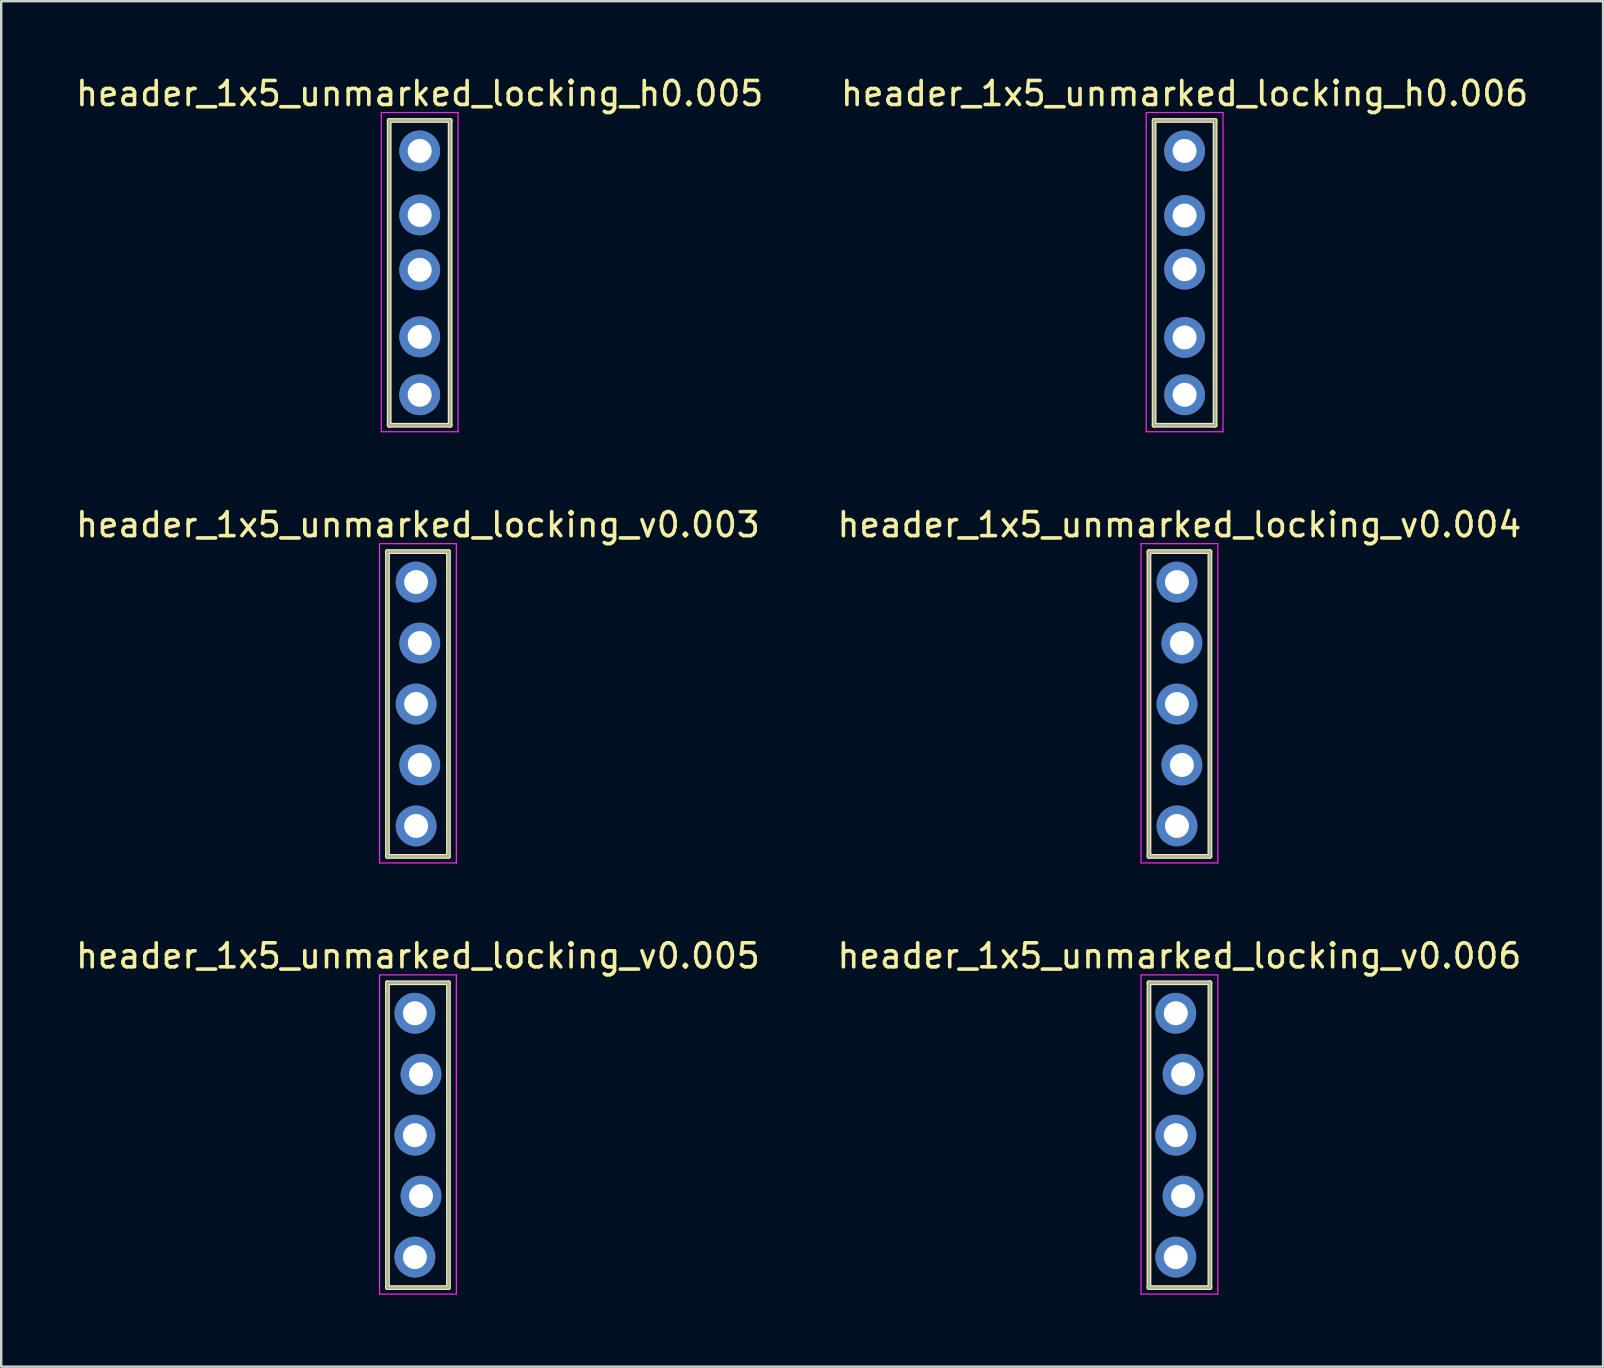
<source format=kicad_pcb>
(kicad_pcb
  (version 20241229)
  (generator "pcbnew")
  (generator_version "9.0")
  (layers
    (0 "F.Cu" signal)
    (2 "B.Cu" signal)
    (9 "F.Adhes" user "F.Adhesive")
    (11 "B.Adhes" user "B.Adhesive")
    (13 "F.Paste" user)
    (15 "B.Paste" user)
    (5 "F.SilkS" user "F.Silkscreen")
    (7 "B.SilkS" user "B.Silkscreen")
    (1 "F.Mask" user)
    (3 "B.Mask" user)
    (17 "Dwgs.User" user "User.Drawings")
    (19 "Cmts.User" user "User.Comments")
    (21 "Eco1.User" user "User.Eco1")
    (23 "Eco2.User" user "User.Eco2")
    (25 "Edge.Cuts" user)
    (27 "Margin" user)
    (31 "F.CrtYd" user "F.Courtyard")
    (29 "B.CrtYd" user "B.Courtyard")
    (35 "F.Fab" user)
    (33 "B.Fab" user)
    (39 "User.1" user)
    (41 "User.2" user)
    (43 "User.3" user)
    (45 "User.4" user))
  (footprint "header_1x5_unmarked_locking_v0.006"
    (layer "F.Cu")
    (at 46.089 39.165)
    (property "Reference" "header_1x5_unmarked_locking_v0.006" (at 0 -2.39 0) (layer "F.SilkS") (effects (font (size 1 1) (thickness 0.15))))
    (attr through_hole)
    (fp_line (start -1.27 -1.27) (end 1.27 -1.27) (stroke (width 0.2) (type solid)) (layer "F.SilkS"))
    (fp_line (start -1.27 11.43) (end -1.27 -1.27) (stroke (width 0.2) (type solid)) (layer "F.SilkS"))
    (fp_line (start 1.27 -1.27) (end 1.27 11.43) (stroke (width 0.2) (type solid)) (layer "F.SilkS"))
    (fp_line (start 1.27 11.43) (end -1.27 11.43) (stroke (width 0.2) (type solid)) (layer "F.SilkS"))
    (fp_line (start -1.6 -1.6) (end -1.6 11.7) (stroke (width 0.05) (type solid)) (layer "F.CrtYd"))
    (fp_line (start -1.6 11.7) (end 1.6 11.7) (stroke (width 0.05) (type solid)) (layer "F.CrtYd"))
    (fp_line (start 1.6 -1.6) (end -1.6 -1.6) (stroke (width 0.05) (type solid)) (layer "F.CrtYd"))
    (fp_line (start 1.6 11.7) (end 1.6 -1.6) (stroke (width 0.05) (type solid)) (layer "F.CrtYd"))
    (fp_line (start -1.27 -1.27) (end -1.27 11.43) (stroke (width 0.1) (type solid)) (layer "F.Fab"))
    (fp_line (start -1.27 11.43) (end 1.27 11.43) (stroke (width 0.1) (type solid)) (layer "F.Fab"))
    (fp_line (start 1.27 -1.27) (end -1.27 -1.27) (stroke (width 0.1) (type solid)) (layer "F.Fab"))
    (fp_line (start 1.27 11.43) (end 1.27 -1.27) (stroke (width 0.1) (type solid)) (layer "F.Fab"))
    (pad "1" thru_hole circle (at -0.152 0) (size 1.7 1.7) (drill 1) (layers "*.Cu" "*.Mask"))
    (pad "2" thru_hole circle (at 0.152 2.54) (size 1.7 1.7) (drill 1) (layers "*.Cu" "*.Mask"))
    (pad "3" thru_hole circle (at -0.152 5.08) (size 1.7 1.7) (drill 1) (layers "*.Cu" "*.Mask"))
    (pad "4" thru_hole circle (at 0.152 7.62) (size 1.7 1.7) (drill 1) (layers "*.Cu" "*.Mask"))
    (pad "5" thru_hole circle (at -0.152 10.16) (size 1.7 1.7) (drill 1) (layers "*.Cu" "*.Mask")))
  (footprint "header_1x5_unmarked_locking_v0.005"
    (layer "F.Cu")
    (at 14.363 39.165)
    (property "Reference" "header_1x5_unmarked_locking_v0.005" (at 0 -2.39 0) (layer "F.SilkS") (effects (font (size 1 1) (thickness 0.15))))
    (attr through_hole)
    (fp_line (start -1.27 -1.27) (end 1.27 -1.27) (stroke (width 0.2) (type solid)) (layer "F.SilkS"))
    (fp_line (start -1.27 11.43) (end -1.27 -1.27) (stroke (width 0.2) (type solid)) (layer "F.SilkS"))
    (fp_line (start 1.27 -1.27) (end 1.27 11.43) (stroke (width 0.2) (type solid)) (layer "F.SilkS"))
    (fp_line (start 1.27 11.43) (end -1.27 11.43) (stroke (width 0.2) (type solid)) (layer "F.SilkS"))
    (fp_line (start -1.6 -1.6) (end -1.6 11.7) (stroke (width 0.05) (type solid)) (layer "F.CrtYd"))
    (fp_line (start -1.6 11.7) (end 1.6 11.7) (stroke (width 0.05) (type solid)) (layer "F.CrtYd"))
    (fp_line (start 1.6 -1.6) (end -1.6 -1.6) (stroke (width 0.05) (type solid)) (layer "F.CrtYd"))
    (fp_line (start 1.6 11.7) (end 1.6 -1.6) (stroke (width 0.05) (type solid)) (layer "F.CrtYd"))
    (fp_line (start -1.27 -1.27) (end -1.27 11.43) (stroke (width 0.1) (type solid)) (layer "F.Fab"))
    (fp_line (start -1.27 11.43) (end 1.27 11.43) (stroke (width 0.1) (type solid)) (layer "F.Fab"))
    (fp_line (start 1.27 -1.27) (end -1.27 -1.27) (stroke (width 0.1) (type solid)) (layer "F.Fab"))
    (fp_line (start 1.27 11.43) (end 1.27 -1.27) (stroke (width 0.1) (type solid)) (layer "F.Fab"))
    (pad "1" thru_hole circle (at -0.127 0) (size 1.7 1.7) (drill 1) (layers "*.Cu" "*.Mask"))
    (pad "2" thru_hole circle (at 0.127 2.54) (size 1.7 1.7) (drill 1) (layers "*.Cu" "*.Mask"))
    (pad "3" thru_hole circle (at -0.127 5.08) (size 1.7 1.7) (drill 1) (layers "*.Cu" "*.Mask"))
    (pad "4" thru_hole circle (at 0.127 7.62) (size 1.7 1.7) (drill 1) (layers "*.Cu" "*.Mask"))
    (pad "5" thru_hole circle (at -0.127 10.16) (size 1.7 1.7) (drill 1) (layers "*.Cu" "*.Mask")))
  (footprint "header_1x5_unmarked_locking_h0.005"
    (layer "F.Cu")
    (at 14.435 3.238)
    (property "Reference" "header_1x5_unmarked_locking_h0.005" (at 0 -2.39 0) (layer "F.SilkS") (effects (font (size 1 1) (thickness 0.15))))
    (attr through_hole)
    (fp_line (start -1.27 -1.27) (end 1.27 -1.27) (stroke (width 0.2) (type solid)) (layer "F.SilkS"))
    (fp_line (start -1.27 11.43) (end -1.27 -1.27) (stroke (width 0.2) (type solid)) (layer "F.SilkS"))
    (fp_line (start 1.27 -1.27) (end 1.27 11.43) (stroke (width 0.2) (type solid)) (layer "F.SilkS"))
    (fp_line (start 1.27 11.43) (end -1.27 11.43) (stroke (width 0.2) (type solid)) (layer "F.SilkS"))
    (fp_line (start -1.6 -1.6) (end -1.6 11.7) (stroke (width 0.05) (type solid)) (layer "F.CrtYd"))
    (fp_line (start -1.6 11.7) (end 1.6 11.7) (stroke (width 0.05) (type solid)) (layer "F.CrtYd"))
    (fp_line (start 1.6 -1.6) (end -1.6 -1.6) (stroke (width 0.05) (type solid)) (layer "F.CrtYd"))
    (fp_line (start 1.6 11.7) (end 1.6 -1.6) (stroke (width 0.05) (type solid)) (layer "F.CrtYd"))
    (fp_line (start -1.27 -1.27) (end -1.27 11.43) (stroke (width 0.1) (type solid)) (layer "F.Fab"))
    (fp_line (start -1.27 11.43) (end 1.27 11.43) (stroke (width 0.1) (type solid)) (layer "F.Fab"))
    (fp_line (start 1.27 -1.27) (end -1.27 -1.27) (stroke (width 0.1) (type solid)) (layer "F.Fab"))
    (fp_line (start 1.27 11.43) (end 1.27 -1.27) (stroke (width 0.1) (type solid)) (layer "F.Fab"))
    (pad "1" thru_hole circle (at 0 0) (size 1.7 1.7) (drill 1) (layers "*.Cu" "*.Mask"))
    (pad "2" thru_hole circle (at 0 2.667) (size 1.7 1.7) (drill 1) (layers "*.Cu" "*.Mask"))
    (pad "3" thru_hole circle (at 0 4.953) (size 1.7 1.7) (drill 1) (layers "*.Cu" "*.Mask"))
    (pad "4" thru_hole circle (at 0 7.747) (size 1.7 1.7) (drill 1) (layers "*.Cu" "*.Mask"))
    (pad "5" thru_hole circle (at 0 10.16) (size 1.7 1.7) (drill 1) (layers "*.Cu" "*.Mask")))
  (footprint "header_1x5_unmarked_locking_h0.006"
    (layer "F.Cu")
    (at 46.304 3.238)
    (property "Reference" "header_1x5_unmarked_locking_h0.006" (at 0 -2.39 0) (layer "F.SilkS") (effects (font (size 1 1) (thickness 0.15))))
    (attr through_hole)
    (fp_line (start -1.27 -1.27) (end 1.27 -1.27) (stroke (width 0.2) (type solid)) (layer "F.SilkS"))
    (fp_line (start -1.27 11.43) (end -1.27 -1.27) (stroke (width 0.2) (type solid)) (layer "F.SilkS"))
    (fp_line (start 1.27 -1.27) (end 1.27 11.43) (stroke (width 0.2) (type solid)) (layer "F.SilkS"))
    (fp_line (start 1.27 11.43) (end -1.27 11.43) (stroke (width 0.2) (type solid)) (layer "F.SilkS"))
    (fp_line (start -1.6 -1.6) (end -1.6 11.7) (stroke (width 0.05) (type solid)) (layer "F.CrtYd"))
    (fp_line (start -1.6 11.7) (end 1.6 11.7) (stroke (width 0.05) (type solid)) (layer "F.CrtYd"))
    (fp_line (start 1.6 -1.6) (end -1.6 -1.6) (stroke (width 0.05) (type solid)) (layer "F.CrtYd"))
    (fp_line (start 1.6 11.7) (end 1.6 -1.6) (stroke (width 0.05) (type solid)) (layer "F.CrtYd"))
    (fp_line (start -1.27 -1.27) (end -1.27 11.43) (stroke (width 0.1) (type solid)) (layer "F.Fab"))
    (fp_line (start -1.27 11.43) (end 1.27 11.43) (stroke (width 0.1) (type solid)) (layer "F.Fab"))
    (fp_line (start 1.27 -1.27) (end -1.27 -1.27) (stroke (width 0.1) (type solid)) (layer "F.Fab"))
    (fp_line (start 1.27 11.43) (end 1.27 -1.27) (stroke (width 0.1) (type solid)) (layer "F.Fab"))
    (pad "1" thru_hole circle (at 0 0) (size 1.7 1.7) (drill 1) (layers "*.Cu" "*.Mask"))
    (pad "2" thru_hole circle (at 0 2.692) (size 1.7 1.7) (drill 1) (layers "*.Cu" "*.Mask"))
    (pad "3" thru_hole circle (at 0 4.928) (size 1.7 1.7) (drill 1) (layers "*.Cu" "*.Mask"))
    (pad "4" thru_hole circle (at 0 7.772) (size 1.7 1.7) (drill 1) (layers "*.Cu" "*.Mask"))
    (pad "5" thru_hole circle (at 0 10.16) (size 1.7 1.7) (drill 1) (layers "*.Cu" "*.Mask")))
  (footprint "header_1x5_unmarked_locking_v0.003"
    (layer "F.Cu")
    (at 14.363 21.201)
    (property "Reference" "header_1x5_unmarked_locking_v0.003" (at 0 -2.39 0) (layer "F.SilkS") (effects (font (size 1 1) (thickness 0.15))))
    (attr through_hole)
    (fp_line (start -1.27 -1.27) (end 1.27 -1.27) (stroke (width 0.2) (type solid)) (layer "F.SilkS"))
    (fp_line (start -1.27 11.43) (end -1.27 -1.27) (stroke (width 0.2) (type solid)) (layer "F.SilkS"))
    (fp_line (start 1.27 -1.27) (end 1.27 11.43) (stroke (width 0.2) (type solid)) (layer "F.SilkS"))
    (fp_line (start 1.27 11.43) (end -1.27 11.43) (stroke (width 0.2) (type solid)) (layer "F.SilkS"))
    (fp_line (start -1.6 -1.6) (end -1.6 11.7) (stroke (width 0.05) (type solid)) (layer "F.CrtYd"))
    (fp_line (start -1.6 11.7) (end 1.6 11.7) (stroke (width 0.05) (type solid)) (layer "F.CrtYd"))
    (fp_line (start 1.6 -1.6) (end -1.6 -1.6) (stroke (width 0.05) (type solid)) (layer "F.CrtYd"))
    (fp_line (start 1.6 11.7) (end 1.6 -1.6) (stroke (width 0.05) (type solid)) (layer "F.CrtYd"))
    (fp_line (start -1.27 -1.27) (end -1.27 11.43) (stroke (width 0.1) (type solid)) (layer "F.Fab"))
    (fp_line (start -1.27 11.43) (end 1.27 11.43) (stroke (width 0.1) (type solid)) (layer "F.Fab"))
    (fp_line (start 1.27 -1.27) (end -1.27 -1.27) (stroke (width 0.1) (type solid)) (layer "F.Fab"))
    (fp_line (start 1.27 11.43) (end 1.27 -1.27) (stroke (width 0.1) (type solid)) (layer "F.Fab"))
    (pad "1" thru_hole circle (at -0.076 0) (size 1.7 1.7) (drill 1) (layers "*.Cu" "*.Mask"))
    (pad "2" thru_hole circle (at 0.076 2.54) (size 1.7 1.7) (drill 1) (layers "*.Cu" "*.Mask"))
    (pad "3" thru_hole circle (at -0.076 5.08) (size 1.7 1.7) (drill 1) (layers "*.Cu" "*.Mask"))
    (pad "4" thru_hole circle (at 0.076 7.62) (size 1.7 1.7) (drill 1) (layers "*.Cu" "*.Mask"))
    (pad "5" thru_hole circle (at -0.076 10.16) (size 1.7 1.7) (drill 1) (layers "*.Cu" "*.Mask")))
  (footprint "header_1x5_unmarked_locking_v0.004"
    (layer "F.Cu")
    (at 46.089 21.201)
    (property "Reference" "header_1x5_unmarked_locking_v0.004" (at 0 -2.39 0) (layer "F.SilkS") (effects (font (size 1 1) (thickness 0.15))))
    (attr through_hole)
    (fp_line (start -1.27 -1.27) (end 1.27 -1.27) (stroke (width 0.2) (type solid)) (layer "F.SilkS"))
    (fp_line (start -1.27 11.43) (end -1.27 -1.27) (stroke (width 0.2) (type solid)) (layer "F.SilkS"))
    (fp_line (start 1.27 -1.27) (end 1.27 11.43) (stroke (width 0.2) (type solid)) (layer "F.SilkS"))
    (fp_line (start 1.27 11.43) (end -1.27 11.43) (stroke (width 0.2) (type solid)) (layer "F.SilkS"))
    (fp_line (start -1.6 -1.6) (end -1.6 11.7) (stroke (width 0.05) (type solid)) (layer "F.CrtYd"))
    (fp_line (start -1.6 11.7) (end 1.6 11.7) (stroke (width 0.05) (type solid)) (layer "F.CrtYd"))
    (fp_line (start 1.6 -1.6) (end -1.6 -1.6) (stroke (width 0.05) (type solid)) (layer "F.CrtYd"))
    (fp_line (start 1.6 11.7) (end 1.6 -1.6) (stroke (width 0.05) (type solid)) (layer "F.CrtYd"))
    (fp_line (start -1.27 -1.27) (end -1.27 11.43) (stroke (width 0.1) (type solid)) (layer "F.Fab"))
    (fp_line (start -1.27 11.43) (end 1.27 11.43) (stroke (width 0.1) (type solid)) (layer "F.Fab"))
    (fp_line (start 1.27 -1.27) (end -1.27 -1.27) (stroke (width 0.1) (type solid)) (layer "F.Fab"))
    (fp_line (start 1.27 11.43) (end 1.27 -1.27) (stroke (width 0.1) (type solid)) (layer "F.Fab"))
    (pad "1" thru_hole circle (at -0.102 0) (size 1.7 1.7) (drill 1) (layers "*.Cu" "*.Mask"))
    (pad "2" thru_hole circle (at 0.102 2.54) (size 1.7 1.7) (drill 1) (layers "*.Cu" "*.Mask"))
    (pad "3" thru_hole circle (at -0.102 5.08) (size 1.7 1.7) (drill 1) (layers "*.Cu" "*.Mask"))
    (pad "4" thru_hole circle (at 0.102 7.62) (size 1.7 1.7) (drill 1) (layers "*.Cu" "*.Mask"))
    (pad "5" thru_hole circle (at -0.102 10.16) (size 1.7 1.7) (drill 1) (layers "*.Cu" "*.Mask")))
  (gr_rect
    (start -3 -3)
    (end 63.738 53.89)
    (stroke (width 0.1) (type default))
    (fill no)
    (layer "Edge.Cuts")))
</source>
